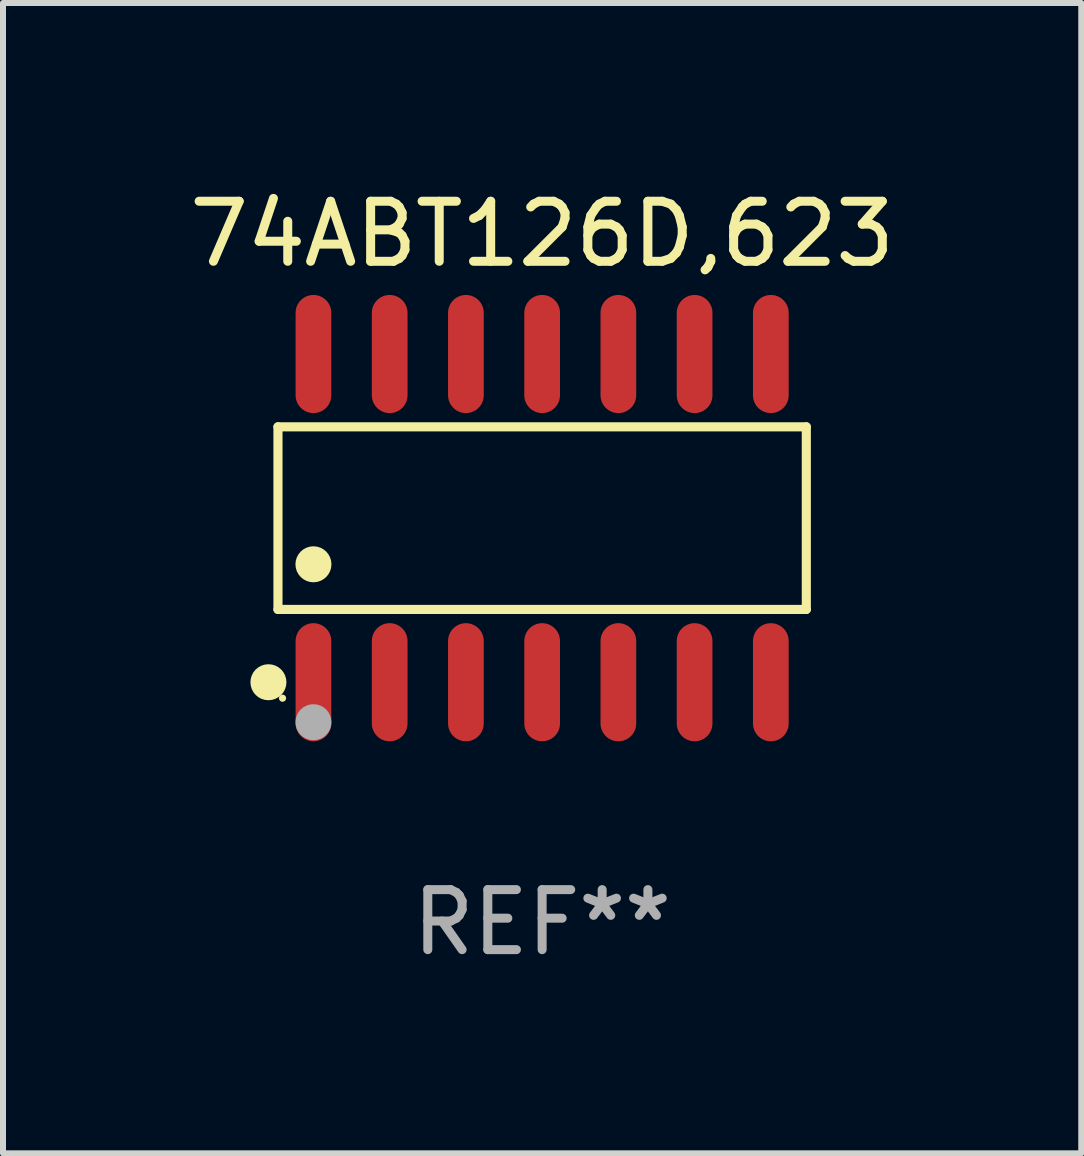
<source format=kicad_pcb>
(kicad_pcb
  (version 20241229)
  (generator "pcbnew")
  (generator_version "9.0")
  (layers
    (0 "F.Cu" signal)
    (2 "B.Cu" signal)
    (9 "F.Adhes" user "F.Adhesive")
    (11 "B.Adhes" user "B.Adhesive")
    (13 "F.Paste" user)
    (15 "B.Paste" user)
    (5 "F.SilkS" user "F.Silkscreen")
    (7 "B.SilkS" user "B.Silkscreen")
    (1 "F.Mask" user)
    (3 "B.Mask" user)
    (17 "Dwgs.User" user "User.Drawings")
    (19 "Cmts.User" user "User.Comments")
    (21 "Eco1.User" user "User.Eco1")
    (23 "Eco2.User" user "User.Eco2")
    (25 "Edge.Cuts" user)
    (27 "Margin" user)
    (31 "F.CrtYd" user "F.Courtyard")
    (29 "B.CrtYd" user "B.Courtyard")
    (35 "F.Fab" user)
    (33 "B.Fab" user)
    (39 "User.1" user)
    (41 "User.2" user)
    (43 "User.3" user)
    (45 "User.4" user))
  (footprint "74ABT126D,623"
    (layer "F.Cu")
    (at 5.982 5.582)
    (property "Reference" "74ABT126D,623" (at 0 -4.734 0) (layer "F.SilkS") (effects (font (size 1 1) (thickness 0.15))))
    (attr through_hole)
    (fp_line (start -4.401 -1.521) (end 4.401 -1.521) (stroke (width 0.152) (type solid)) (layer "F.SilkS"))
    (fp_line (start -4.401 1.521) (end -4.401 -1.521) (stroke (width 0.152) (type solid)) (layer "F.SilkS"))
    (fp_line (start 4.401 -1.521) (end 4.401 1.521) (stroke (width 0.152) (type solid)) (layer "F.SilkS"))
    (fp_line (start 4.401 1.521) (end -4.401 1.521) (stroke (width 0.152) (type solid)) (layer "F.SilkS"))
    (fp_circle (center -4.56 2.734) (end -4.41 2.734) (stroke (width 0.3) (type solid)) (fill no) (layer "F.SilkS"))
    (fp_circle (center -4.325 3) (end -4.295 3) (stroke (width 0.06) (type solid)) (fill no) (layer "F.SilkS"))
    (fp_circle (center -3.81 0.769) (end -3.66 0.769) (stroke (width 0.3) (type solid)) (fill no) (layer "F.SilkS"))
    (fp_circle (center -3.81 3.4) (end -3.66 3.4) (stroke (width 0.3) (type solid)) (fill no) (layer "F.Fab"))
    (fp_text user "REF**" (at 0 6.734 0) (layer "F.Fab") (effects (font (size 1 1) (thickness 0.15))))
    (pad "1" smd oval (at -3.81 2.734) (size 0.595 1.968) (layers "F.Cu" "F.Mask" "F.Paste"))
    (pad "2" smd oval (at -2.54 2.734) (size 0.595 1.968) (layers "F.Cu" "F.Mask" "F.Paste"))
    (pad "3" smd oval (at -1.27 2.734) (size 0.595 1.968) (layers "F.Cu" "F.Mask" "F.Paste"))
    (pad "4" smd oval (at 0 2.734) (size 0.595 1.968) (layers "F.Cu" "F.Mask" "F.Paste"))
    (pad "5" smd oval (at 1.27 2.734) (size 0.595 1.968) (layers "F.Cu" "F.Mask" "F.Paste"))
    (pad "6" smd oval (at 2.54 2.734) (size 0.595 1.968) (layers "F.Cu" "F.Mask" "F.Paste"))
    (pad "7" smd oval (at 3.81 2.734) (size 0.595 1.968) (layers "F.Cu" "F.Mask" "F.Paste"))
    (pad "8" smd oval (at 3.81 -2.734) (size 0.595 1.968) (layers "F.Cu" "F.Mask" "F.Paste"))
    (pad "9" smd oval (at 2.54 -2.734) (size 0.595 1.968) (layers "F.Cu" "F.Mask" "F.Paste"))
    (pad "10" smd oval (at 1.27 -2.734) (size 0.595 1.968) (layers "F.Cu" "F.Mask" "F.Paste"))
    (pad "11" smd oval (at 0 -2.734) (size 0.595 1.968) (layers "F.Cu" "F.Mask" "F.Paste"))
    (pad "12" smd oval (at -1.27 -2.734) (size 0.595 1.968) (layers "F.Cu" "F.Mask" "F.Paste"))
    (pad "13" smd oval (at -2.54 -2.734) (size 0.595 1.968) (layers "F.Cu" "F.Mask" "F.Paste"))
    (pad "14" smd oval (at -3.81 -2.734) (size 0.595 1.968) (layers "F.Cu" "F.Mask" "F.Paste")))
  (gr_rect
    (start -3 -3)
    (end 14.964 16.164)
    (stroke (width 0.1) (type default))
    (fill no)
    (layer "Edge.Cuts")))
</source>
